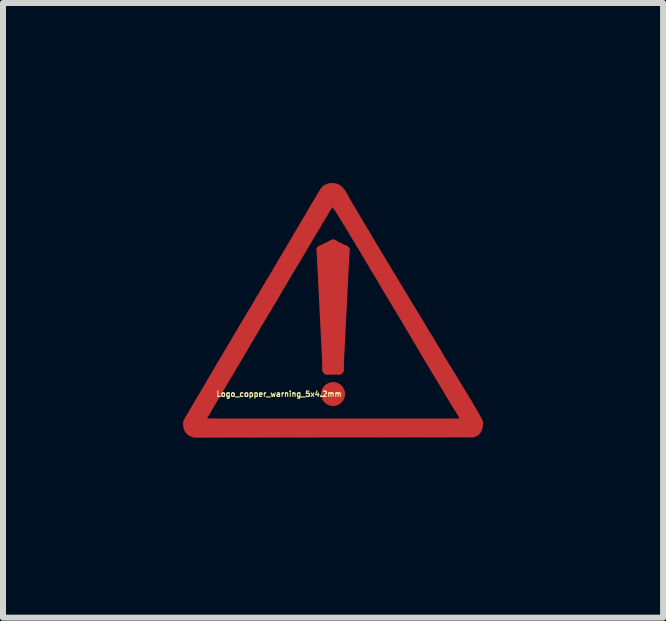
<source format=kicad_pcb>
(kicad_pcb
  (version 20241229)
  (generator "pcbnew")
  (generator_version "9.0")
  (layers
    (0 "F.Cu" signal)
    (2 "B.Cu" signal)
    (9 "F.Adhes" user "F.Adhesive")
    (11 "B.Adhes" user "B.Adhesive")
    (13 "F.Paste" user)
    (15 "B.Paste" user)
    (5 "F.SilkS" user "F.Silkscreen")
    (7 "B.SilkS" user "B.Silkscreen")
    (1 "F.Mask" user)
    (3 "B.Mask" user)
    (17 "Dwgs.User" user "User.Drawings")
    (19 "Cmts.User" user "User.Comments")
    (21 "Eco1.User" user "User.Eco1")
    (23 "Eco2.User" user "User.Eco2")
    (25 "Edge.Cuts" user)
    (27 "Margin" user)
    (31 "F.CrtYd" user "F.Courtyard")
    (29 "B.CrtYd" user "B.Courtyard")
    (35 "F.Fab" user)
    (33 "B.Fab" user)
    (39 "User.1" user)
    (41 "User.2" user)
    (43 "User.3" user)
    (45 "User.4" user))
  (footprint "Logo_copper_warning_5x4.2mm"
    (layer "F.Cu")
    (at 2.501 2.117)
    (property "Reference" "Logo_copper_warning_5x4.2mm" (at -0.9 1.4 0) (layer "F.SilkS") (effects (font (size 0.089 0.089) (thickness 0.018))))
    (attr through_hole)
    (fp_line (start -0.2 -1) (end -0.1 1) (stroke (width 0.15) (type solid)) (layer "F.Cu"))
    (fp_line (start -0.2 -1) (end 0 -1.1) (stroke (width 0.15) (type solid)) (layer "F.Cu"))
    (fp_line (start -0.1 1) (end -0.1 -1) (stroke (width 0.15) (type solid)) (layer "F.Cu"))
    (fp_line (start -0.1 1) (end 0.1 1) (stroke (width 0.15) (type solid)) (layer "F.Cu"))
    (fp_line (start 0 -1.1) (end 0.2 -1) (stroke (width 0.15) (type solid)) (layer "F.Cu"))
    (fp_line (start 0 -1) (end 0 1) (stroke (width 0.15) (type solid)) (layer "F.Cu"))
    (fp_line (start 0.1 1) (end 0.1 -1) (stroke (width 0.15) (type solid)) (layer "F.Cu"))
    (fp_line (start 0.1 1) (end 0.2 -1) (stroke (width 0.15) (type solid)) (layer "F.Cu"))
    (fp_line (start 0.2 -1) (end -0.2 -1) (stroke (width 0.15) (type solid)) (layer "F.Cu"))
    (fp_circle (center 0 1.4) (end -0.1 1.4) (stroke (width 0.2) (type solid)) (fill no) (layer "F.Cu"))
    (fp_poly (pts (xy 2.499 1.859) (xy 2.497 1.91) (xy 2.492 1.958) (xy 2.479 2.004) (xy 2.459 2.042) (xy 2.449 2.057) (xy 2.436 2.07) (xy 2.423 2.083) (xy 2.405 2.093) (xy 2.388 2.103) (xy 2.344 2.121) (xy 2.111 2.121) (xy 2.111 1.803) (xy 2.106 1.796) (xy 2.098 1.783) (xy 2.088 1.765) (xy 2.073 1.742) (xy 2.065 1.73) (xy 2.055 1.714) (xy 2.05 1.704) (xy 2.042 1.692) (xy 2.035 1.681) (xy 2.027 1.671) (xy 2.019 1.659) (xy 2.012 1.646) (xy 2.002 1.628) (xy 1.989 1.608) (xy 1.976 1.585) (xy 1.958 1.557) (xy 1.938 1.524) (xy 1.915 1.486) (xy 1.887 1.44) (xy 1.857 1.387) (xy 1.824 1.331) (xy 1.793 1.283) (xy 1.768 1.237) (xy 1.742 1.196) (xy 1.72 1.158) (xy 1.699 1.123) (xy 1.681 1.095) (xy 1.669 1.074) (xy 1.659 1.059) (xy 1.654 1.052) (xy 1.648 1.041) (xy 1.638 1.024) (xy 1.626 1.003) (xy 1.61 0.975) (xy 1.593 0.947) (xy 1.585 0.932) (xy 1.562 0.897) (xy 1.539 0.859) (xy 1.514 0.818) (xy 1.494 0.78) (xy 1.473 0.747) (xy 1.473 0.744) (xy 1.453 0.714) (xy 1.435 0.681) (xy 1.417 0.65) (xy 1.4 0.625) (xy 1.389 0.605) (xy 1.377 0.584) (xy 1.359 0.556) (xy 1.341 0.526) (xy 1.323 0.493) (xy 1.303 0.46) (xy 1.283 0.424) (xy 1.26 0.386) (xy 1.234 0.343) (xy 1.209 0.302) (xy 1.189 0.267) (xy 1.168 0.234) (xy 1.146 0.193) (xy 1.12 0.15) (xy 1.095 0.107) (xy 1.069 0.066) (xy 1.059 0.048) (xy 1.036 0.01) (xy 1.011 -0.028) (xy 0.986 -0.071) (xy 0.963 -0.112) (xy 0.94 -0.15) (xy 0.932 -0.165) (xy 0.914 -0.193) (xy 0.897 -0.221) (xy 0.884 -0.244) (xy 0.871 -0.264) (xy 0.864 -0.277) (xy 0.864 -0.279) (xy 0.856 -0.29) (xy 0.846 -0.307) (xy 0.833 -0.328) (xy 0.818 -0.353) (xy 0.808 -0.371) (xy 0.792 -0.399) (xy 0.777 -0.422) (xy 0.765 -0.442) (xy 0.757 -0.457) (xy 0.752 -0.465) (xy 0.747 -0.475) (xy 0.737 -0.49) (xy 0.724 -0.513) (xy 0.709 -0.538) (xy 0.691 -0.566) (xy 0.683 -0.579) (xy 0.663 -0.615) (xy 0.638 -0.655) (xy 0.612 -0.699) (xy 0.587 -0.742) (xy 0.566 -0.78) (xy 0.564 -0.78) (xy 0.546 -0.81) (xy 0.528 -0.841) (xy 0.513 -0.866) (xy 0.5 -0.889) (xy 0.49 -0.904) (xy 0.488 -0.909) (xy 0.478 -0.925) (xy 0.465 -0.947) (xy 0.447 -0.978) (xy 0.427 -1.013) (xy 0.401 -1.052) (xy 0.376 -1.097) (xy 0.348 -1.143) (xy 0.318 -1.191) (xy 0.287 -1.242) (xy 0.259 -1.29) (xy 0.229 -1.339) (xy 0.201 -1.387) (xy 0.173 -1.43) (xy 0.15 -1.471) (xy 0.127 -1.506) (xy 0.109 -1.537) (xy 0.107 -1.539) (xy 0.086 -1.572) (xy 0.066 -1.603) (xy 0.048 -1.633) (xy 0.03 -1.659) (xy 0.013 -1.681) (xy 0.003 -1.699) (xy -0.005 -1.712) (xy -0.01 -1.717) (xy -0.013 -1.712) (xy -0.02 -1.699) (xy -0.033 -1.681) (xy -0.051 -1.654) (xy -0.071 -1.621) (xy -0.094 -1.58) (xy -0.122 -1.534) (xy -0.152 -1.486) (xy -0.185 -1.43) (xy -0.218 -1.372) (xy -0.257 -1.308) (xy -0.295 -1.245) (xy -0.335 -1.176) (xy -0.356 -1.14) (xy -0.363 -1.13) (xy -0.376 -1.11) (xy -0.389 -1.087) (xy -0.406 -1.057) (xy -0.424 -1.026) (xy -0.445 -0.993) (xy -0.528 -0.851) (xy -0.61 -0.714) (xy -0.688 -0.584) (xy -0.762 -0.457) (xy -0.836 -0.333) (xy -0.907 -0.211) (xy -0.927 -0.175) (xy -0.947 -0.145) (xy -0.965 -0.114) (xy -0.98 -0.086) (xy -0.996 -0.064) (xy -1.006 -0.046) (xy -1.008 -0.041) (xy -1.016 -0.028) (xy -1.029 -0.005) (xy -1.044 0.018) (xy -1.062 0.048) (xy -1.082 0.081) (xy -1.095 0.104) (xy -1.115 0.137) (xy -1.133 0.168) (xy -1.151 0.198) (xy -1.166 0.224) (xy -1.179 0.241) (xy -1.184 0.251) (xy -1.194 0.269) (xy -1.209 0.292) (xy -1.224 0.32) (xy -1.24 0.345) (xy -1.242 0.351) (xy -1.265 0.391) (xy -1.29 0.432) (xy -1.313 0.472) (xy -1.336 0.513) (xy -1.359 0.546) (xy -1.374 0.574) (xy -1.382 0.584) (xy -1.394 0.607) (xy -1.407 0.63) (xy -1.417 0.648) (xy -1.42 0.65) (xy -1.425 0.663) (xy -1.438 0.683) (xy -1.455 0.711) (xy -1.476 0.747) (xy -1.501 0.79) (xy -1.532 0.841) (xy -1.565 0.899) (xy -1.603 0.96) (xy -1.643 1.031) (xy -1.689 1.105) (xy -1.689 1.107) (xy -1.712 1.148) (xy -1.737 1.189) (xy -1.763 1.232) (xy -1.786 1.273) (xy -1.808 1.311) (xy -1.821 1.331) (xy -1.841 1.364) (xy -1.859 1.397) (xy -1.88 1.43) (xy -1.895 1.458) (xy -1.91 1.481) (xy -1.913 1.483) (xy -1.925 1.509) (xy -1.941 1.532) (xy -1.951 1.552) (xy -1.961 1.567) (xy -1.981 1.603) (xy -2.002 1.636) (xy -2.022 1.671) (xy -2.04 1.704) (xy -2.057 1.732) (xy -2.073 1.758) (xy -2.085 1.778) (xy -2.093 1.793) (xy -2.098 1.798) (xy -2.103 1.806) (xy -2.103 1.808) (xy -2.098 1.808) (xy -2.083 1.808) (xy -2.06 1.808) (xy -2.027 1.808) (xy -1.984 1.808) (xy -1.933 1.811) (xy -1.877 1.811) (xy -1.811 1.811) (xy -1.737 1.811) (xy -1.656 1.811) (xy -1.57 1.811) (xy -1.476 1.811) (xy -1.377 1.811) (xy -1.27 1.811) (xy -1.158 1.811) (xy -1.044 1.811) (xy -0.922 1.811) (xy -0.798 1.811) (xy -0.668 1.811) (xy -0.536 1.811) (xy -0.399 1.811) (xy -0.259 1.811) (xy -0.114 1.811) (xy 0.005 1.811) (xy 0.178 1.811) (xy 0.343 1.811) (xy 0.495 1.811) (xy 0.64 1.811) (xy 0.777 1.811) (xy 0.904 1.811) (xy 1.024 1.811) (xy 1.135 1.811) (xy 1.24 1.811) (xy 1.336 1.811) (xy 1.425 1.811) (xy 1.506 1.811) (xy 1.582 1.811) (xy 1.651 1.811) (xy 1.712 1.811) (xy 1.77 1.811) (xy 1.821 1.811) (xy 1.867 1.811) (xy 1.908 1.811) (xy 1.943 1.811) (xy 1.976 1.811) (xy 2.004 1.808) (xy 2.027 1.808) (xy 2.047 1.808) (xy 2.062 1.808) (xy 2.078 1.808) (xy 2.088 1.808) (xy 2.095 1.806) (xy 2.103 1.806) (xy 2.106 1.806) (xy 2.108 1.806) (xy 2.111 1.803) (xy 2.111 2.121) (xy 0.01 2.123) (xy -2.322 2.126) (xy -2.365 2.108) (xy -2.408 2.088) (xy -2.441 2.06) (xy -2.466 2.029) (xy -2.484 1.991) (xy -2.494 1.946) (xy -2.499 1.9) (xy -2.499 1.885) (xy -2.497 1.875) (xy -2.497 1.864) (xy -2.494 1.852) (xy -2.489 1.839) (xy -2.482 1.824) (xy -2.469 1.803) (xy -2.456 1.778) (xy -2.436 1.748) (xy -2.426 1.73) (xy -2.41 1.702) (xy -2.393 1.674) (xy -2.38 1.648) (xy -2.367 1.631) (xy -2.36 1.618) (xy -2.352 1.6) (xy -2.337 1.577) (xy -2.322 1.549) (xy -2.304 1.519) (xy -2.283 1.483) (xy -2.263 1.45) (xy -2.243 1.417) (xy -2.24 1.412) (xy -2.228 1.392) (xy -2.215 1.369) (xy -2.197 1.341) (xy -2.179 1.311) (xy -2.162 1.28) (xy -2.141 1.247) (xy -2.118 1.206) (xy -2.095 1.166) (xy -2.073 1.128) (xy -2.057 1.102) (xy -2.04 1.072) (xy -2.019 1.036) (xy -1.999 1.003) (xy -1.981 0.973) (xy -1.968 0.95) (xy -1.953 0.925) (xy -1.935 0.894) (xy -1.915 0.861) (xy -1.895 0.828) (xy -1.877 0.795) (xy -1.857 0.765) (xy -1.839 0.732) (xy -1.819 0.699) (xy -1.803 0.673) (xy -1.791 0.65) (xy -1.783 0.638) (xy -1.775 0.625) (xy -1.765 0.607) (xy -1.755 0.589) (xy -1.74 0.569) (xy -1.725 0.541) (xy -1.707 0.511) (xy -1.687 0.478) (xy -1.664 0.434) (xy -1.636 0.389) (xy -1.603 0.335) (xy -1.567 0.274) (xy -1.527 0.203) (xy -1.524 0.201) (xy -1.501 0.163) (xy -1.478 0.127) (xy -1.458 0.089) (xy -1.438 0.058) (xy -1.422 0.03) (xy -1.41 0.008) (xy -1.405 0) (xy -1.394 -0.015) (xy -1.379 -0.038) (xy -1.361 -0.069) (xy -1.341 -0.104) (xy -1.321 -0.14) (xy -1.298 -0.18) (xy -1.278 -0.213) (xy -1.234 -0.284) (xy -1.196 -0.351) (xy -1.158 -0.414) (xy -1.123 -0.475) (xy -1.09 -0.528) (xy -1.059 -0.579) (xy -1.034 -0.622) (xy -1.013 -0.655) (xy -1.003 -0.676) (xy -0.993 -0.691) (xy -0.98 -0.716) (xy -0.963 -0.744) (xy -0.94 -0.78) (xy -0.917 -0.82) (xy -0.894 -0.861) (xy -0.869 -0.904) (xy -0.848 -0.935) (xy -0.823 -0.98) (xy -0.795 -1.026) (xy -0.77 -1.069) (xy -0.744 -1.113) (xy -0.721 -1.151) (xy -0.701 -1.184) (xy -0.686 -1.212) (xy -0.678 -1.224) (xy -0.66 -1.255) (xy -0.64 -1.29) (xy -0.62 -1.326) (xy -0.599 -1.356) (xy -0.589 -1.374) (xy -0.574 -1.4) (xy -0.556 -1.433) (xy -0.536 -1.466) (xy -0.516 -1.501) (xy -0.5 -1.527) (xy -0.462 -1.587) (xy -0.432 -1.643) (xy -0.401 -1.694) (xy -0.376 -1.737) (xy -0.356 -1.773) (xy -0.338 -1.801) (xy -0.328 -1.821) (xy -0.32 -1.831) (xy -0.312 -1.844) (xy -0.3 -1.864) (xy -0.287 -1.887) (xy -0.272 -1.913) (xy -0.269 -1.918) (xy -0.246 -1.958) (xy -0.226 -1.989) (xy -0.211 -2.014) (xy -0.196 -2.035) (xy -0.183 -2.05) (xy -0.17 -2.062) (xy -0.155 -2.073) (xy -0.14 -2.083) (xy -0.122 -2.09) (xy -0.099 -2.098) (xy -0.097 -2.101) (xy -0.074 -2.108) (xy -0.058 -2.113) (xy -0.043 -2.116) (xy -0.028 -2.116) (xy -0.005 -2.116) (xy 0.036 -2.111) (xy 0.074 -2.101) (xy 0.112 -2.083) (xy 0.145 -2.057) (xy 0.175 -2.024) (xy 0.206 -1.984) (xy 0.236 -1.933) (xy 0.251 -1.902) (xy 0.259 -1.89) (xy 0.269 -1.869) (xy 0.284 -1.841) (xy 0.302 -1.811) (xy 0.325 -1.775) (xy 0.348 -1.735) (xy 0.371 -1.694) (xy 0.396 -1.654) (xy 0.422 -1.61) (xy 0.445 -1.57) (xy 0.467 -1.534) (xy 0.475 -1.521) (xy 0.488 -1.499) (xy 0.503 -1.473) (xy 0.521 -1.443) (xy 0.541 -1.41) (xy 0.561 -1.377) (xy 0.561 -1.374) (xy 0.589 -1.331) (xy 0.62 -1.278) (xy 0.655 -1.219) (xy 0.693 -1.153) (xy 0.739 -1.079) (xy 0.787 -0.998) (xy 0.838 -0.914) (xy 0.892 -0.823) (xy 0.95 -0.726) (xy 1.011 -0.625) (xy 1.074 -0.521) (xy 1.14 -0.411) (xy 1.209 -0.297) (xy 1.278 -0.183) (xy 1.349 -0.066) (xy 1.42 0.051) (xy 1.438 0.081) (xy 1.471 0.135) (xy 1.504 0.191) (xy 1.542 0.251) (xy 1.577 0.312) (xy 1.615 0.376) (xy 1.654 0.437) (xy 1.692 0.498) (xy 1.725 0.556) (xy 1.758 0.61) (xy 1.788 0.658) (xy 1.814 0.701) (xy 1.826 0.726) (xy 1.869 0.798) (xy 1.908 0.861) (xy 1.943 0.917) (xy 1.976 0.97) (xy 2.004 1.021) (xy 2.035 1.067) (xy 2.062 1.113) (xy 2.09 1.158) (xy 2.118 1.206) (xy 2.146 1.252) (xy 2.197 1.333) (xy 2.243 1.41) (xy 2.283 1.476) (xy 2.322 1.539) (xy 2.352 1.593) (xy 2.383 1.643) (xy 2.408 1.689) (xy 2.431 1.73) (xy 2.451 1.768) (xy 2.469 1.798) (xy 2.499 1.859)) (stroke (width 0.003) (type solid)) (fill yes) (layer "F.Cu")))
  (gr_rect
    (start -3 -3)
    (end 8.001 7.244)
    (stroke (width 0.1) (type default))
    (fill no)
    (layer "Edge.Cuts")))
</source>
